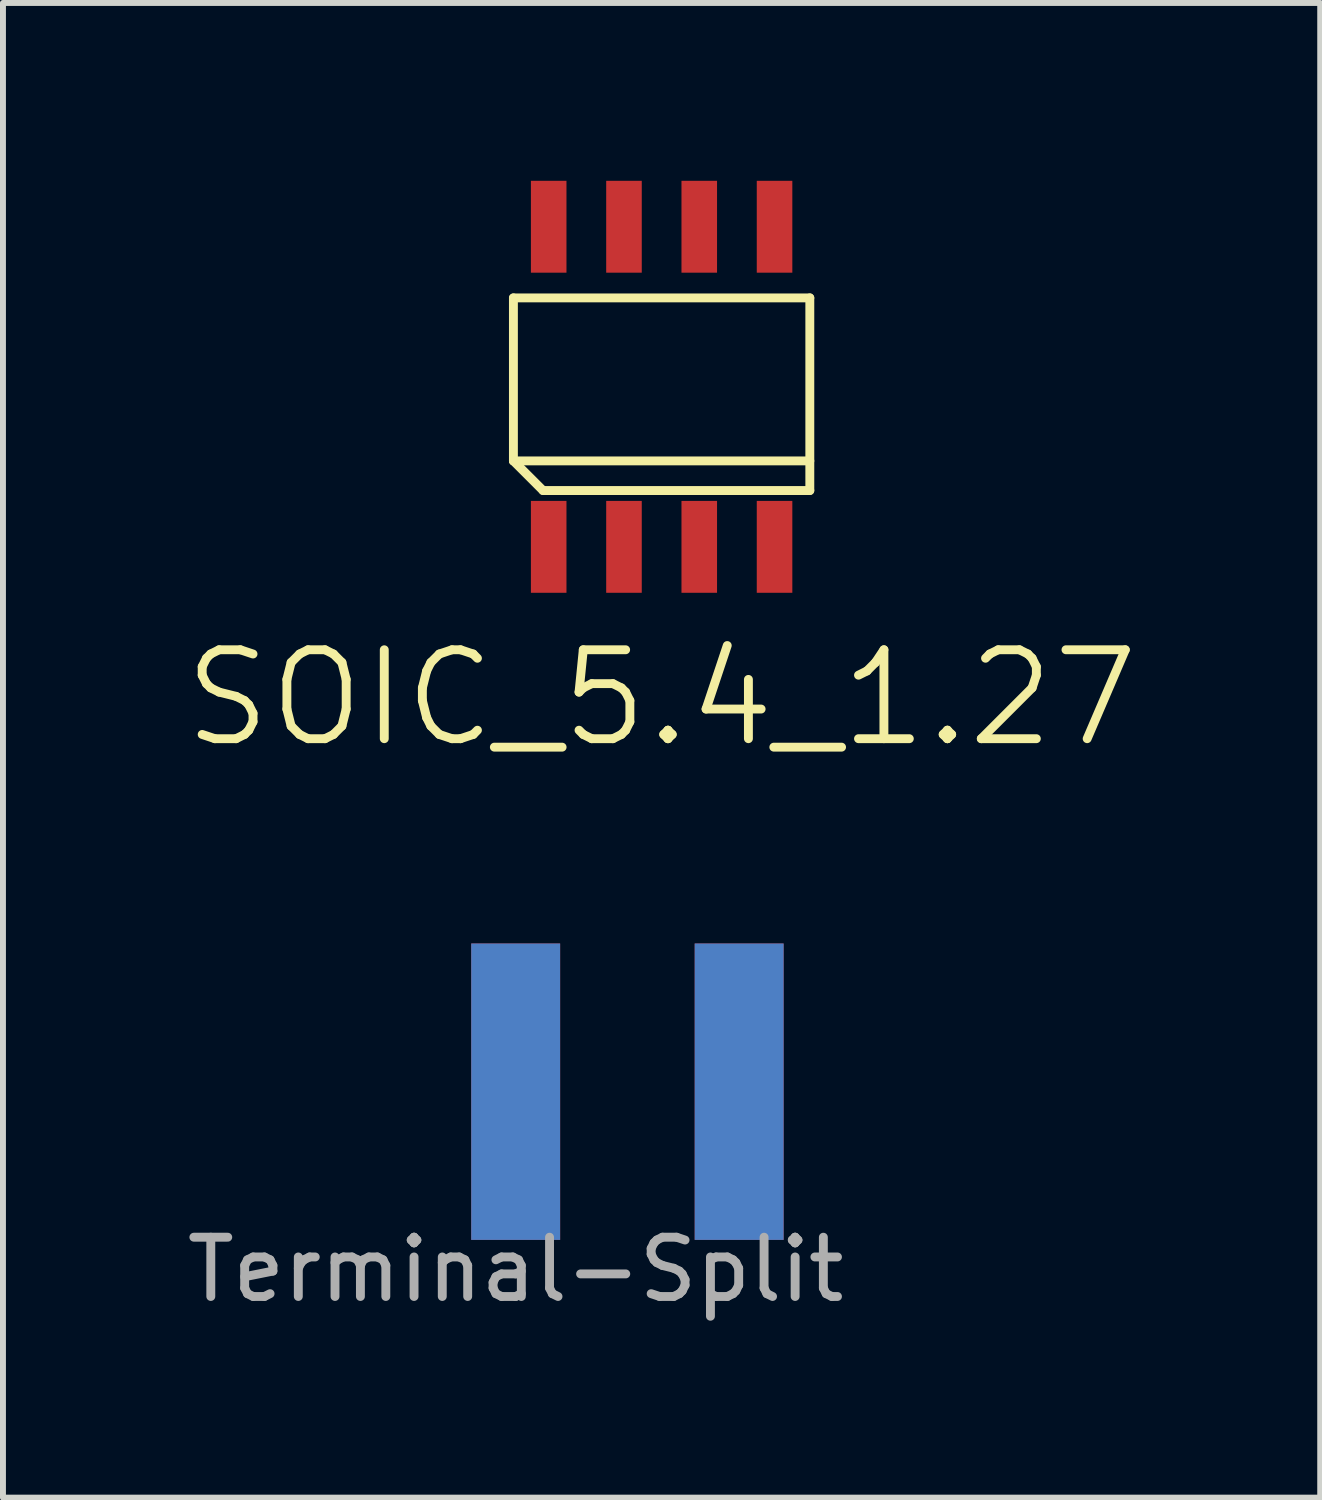
<source format=kicad_pcb>
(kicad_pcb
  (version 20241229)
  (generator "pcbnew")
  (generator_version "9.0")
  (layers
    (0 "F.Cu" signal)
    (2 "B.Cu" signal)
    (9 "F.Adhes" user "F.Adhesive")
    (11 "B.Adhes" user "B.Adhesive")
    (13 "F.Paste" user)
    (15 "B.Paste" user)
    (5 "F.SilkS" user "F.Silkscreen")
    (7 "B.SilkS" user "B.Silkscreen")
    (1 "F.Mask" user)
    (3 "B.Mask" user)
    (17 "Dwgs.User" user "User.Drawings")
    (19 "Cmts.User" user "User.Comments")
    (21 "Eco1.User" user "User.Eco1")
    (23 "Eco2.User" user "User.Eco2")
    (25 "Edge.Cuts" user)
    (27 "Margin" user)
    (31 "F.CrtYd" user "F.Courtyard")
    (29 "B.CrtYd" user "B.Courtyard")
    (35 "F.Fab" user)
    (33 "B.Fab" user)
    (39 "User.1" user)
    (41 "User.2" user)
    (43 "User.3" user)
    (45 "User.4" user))
  (footprint "SOIC_5.4_1.27"
    (layer "F.Cu")
    (at 8.111 3.475)
    (property "Reference" "SOIC_5.4_1.27" (at 0 5.25 0) (layer "F.SilkS") (effects (font (size 1.5 1.5) (thickness 0.15))))
    (attr through_hole)
    (fp_line (start -2.5 -1.5) (end 2.5 -1.5) (stroke (width 0.15) (type solid)) (layer "F.SilkS"))
    (fp_line (start -2.5 1.25) (end -2.5 -1.5) (stroke (width 0.15) (type solid)) (layer "F.SilkS"))
    (fp_line (start -2.5 1.25) (end 2.5 1.25) (stroke (width 0.15) (type solid)) (layer "F.SilkS"))
    (fp_line (start -2 1.75) (end -2.5 1.25) (stroke (width 0.15) (type solid)) (layer "F.SilkS"))
    (fp_line (start 2.5 -1.5) (end 2.5 1.75) (stroke (width 0.15) (type solid)) (layer "F.SilkS"))
    (fp_line (start 2.5 1.75) (end -2 1.75) (stroke (width 0.15) (type solid)) (layer "F.SilkS"))
    (pad "1" smd rect (at -1.905 2.7) (size 0.6 1.55) (layers "F.Cu" "F.Mask" "F.Paste"))
    (pad "2" smd rect (at -0.635 2.7) (size 0.6 1.55) (layers "F.Cu" "F.Mask" "F.Paste"))
    (pad "3" smd rect (at 0.635 2.7) (size 0.6 1.55) (layers "F.Cu" "F.Mask" "F.Paste"))
    (pad "4" smd rect (at 1.905 2.7) (size 0.6 1.55) (layers "F.Cu" "F.Mask" "F.Paste"))
    (pad "5" smd rect (at 1.905 -2.7) (size 0.6 1.55) (layers "F.Cu" "F.Mask" "F.Paste"))
    (pad "6" smd rect (at 0.635 -2.7) (size 0.6 1.55) (layers "F.Cu" "F.Mask" "F.Paste"))
    (pad "7" smd rect (at -0.635 -2.7) (size 0.6 1.55) (layers "F.Cu" "F.Mask" "F.Paste"))
    (pad "8" smd rect (at -1.905 -2.7) (size 0.6 1.55) (layers "F.Cu" "F.Mask" "F.Paste")))
  (footprint "Terminal-Split"
    (layer "F.Cu")
    (at 5.649 15.366)
    (property "Reference" "Terminal-Split" (at 0 3 0) (layer "F.Fab") (effects (font (size 1 1) (thickness 0.15))))
    (attr through_hole)
    (pad "1" smd rect (at 0 0) (size 1.5 5) (layers "F.Cu" "F.Mask" "F.Paste"))
    (pad "1" smd rect (at 0 0) (size 1.5 5) (layers "B.Cu" "B.Mask" "B.Paste"))
    (pad "1" smd rect (at 3.77 0) (size 1.5 5) (layers "F.Cu" "F.Mask" "F.Paste"))
    (pad "1" smd rect (at 3.77 0) (size 1.5 5) (layers "B.Cu" "B.Mask" "B.Paste")))
  (gr_rect
    (start -3 -3)
    (end 19.221 22.214)
    (stroke (width 0.1) (type default))
    (fill no)
    (layer "Edge.Cuts")))
</source>
